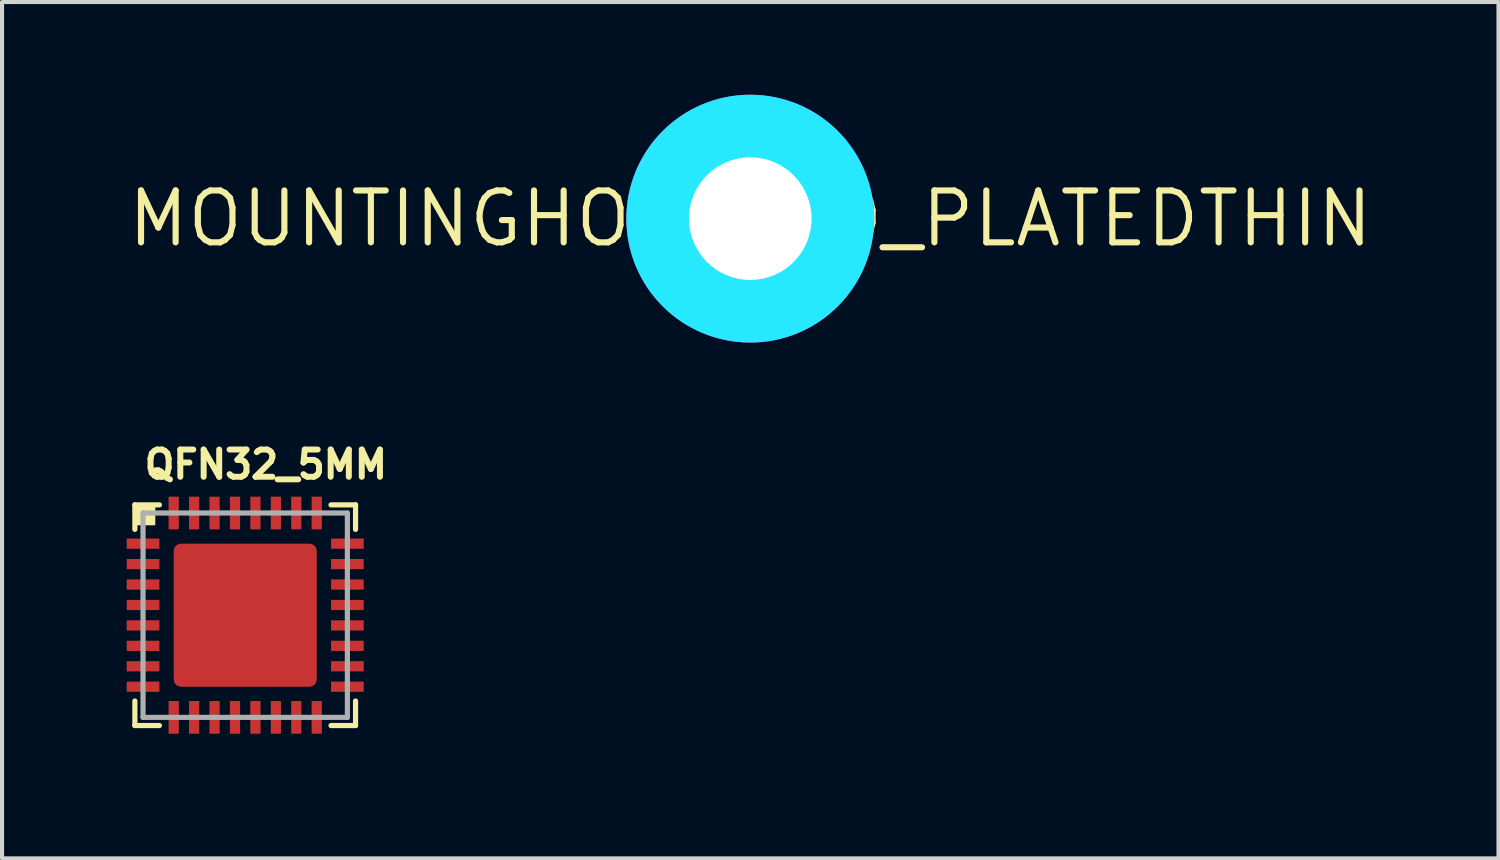
<source format=kicad_pcb>
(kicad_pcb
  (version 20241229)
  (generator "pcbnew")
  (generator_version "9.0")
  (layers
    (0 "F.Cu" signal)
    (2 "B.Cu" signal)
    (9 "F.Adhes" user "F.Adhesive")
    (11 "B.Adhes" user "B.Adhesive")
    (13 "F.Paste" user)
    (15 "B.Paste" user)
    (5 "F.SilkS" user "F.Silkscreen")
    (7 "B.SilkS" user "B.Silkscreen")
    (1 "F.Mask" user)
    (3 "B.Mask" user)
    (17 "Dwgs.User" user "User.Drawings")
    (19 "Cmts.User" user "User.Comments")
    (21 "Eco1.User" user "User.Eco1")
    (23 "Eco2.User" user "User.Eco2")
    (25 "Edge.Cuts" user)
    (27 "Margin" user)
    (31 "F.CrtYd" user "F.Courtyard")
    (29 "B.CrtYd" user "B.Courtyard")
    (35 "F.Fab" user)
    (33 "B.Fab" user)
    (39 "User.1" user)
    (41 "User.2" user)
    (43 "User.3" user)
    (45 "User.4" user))
  (footprint "QFN32_5MM"
    (layer "F.Cu")
    (at 2.95 12.003)
    (property "Reference" "QFN32_5MM" (at -2.54 -3.298 0) (layer "F.SilkS") (effects (font (size 0.666 0.666) (thickness 0.146)) (justify left bottom)))
    (fp_poly (pts (xy -2.95 -1.575) (xy -2.05 -1.575) (xy -2.05 -1.925) (xy -2.95 -1.925)) (stroke (width 0) (type default)) (fill yes) (layer "F.Mask"))
    (fp_poly (pts (xy -2.95 -1.075) (xy -2.05 -1.075) (xy -2.05 -1.425) (xy -2.95 -1.425)) (stroke (width 0) (type default)) (fill yes) (layer "F.Mask"))
    (fp_poly (pts (xy -2.95 -0.575) (xy -2.05 -0.575) (xy -2.05 -0.925) (xy -2.95 -0.925)) (stroke (width 0) (type default)) (fill yes) (layer "F.Mask"))
    (fp_poly (pts (xy -2.95 -0.075) (xy -2.05 -0.075) (xy -2.05 -0.425) (xy -2.95 -0.425)) (stroke (width 0) (type default)) (fill yes) (layer "F.Mask"))
    (fp_poly (pts (xy -2.95 0.425) (xy -2.05 0.425) (xy -2.05 0.075) (xy -2.95 0.075)) (stroke (width 0) (type default)) (fill yes) (layer "F.Mask"))
    (fp_poly (pts (xy -2.95 0.925) (xy -2.05 0.925) (xy -2.05 0.575) (xy -2.95 0.575)) (stroke (width 0) (type default)) (fill yes) (layer "F.Mask"))
    (fp_poly (pts (xy -2.95 1.425) (xy -2.05 1.425) (xy -2.05 1.075) (xy -2.95 1.075)) (stroke (width 0) (type default)) (fill yes) (layer "F.Mask"))
    (fp_poly (pts (xy -2.95 1.925) (xy -2.05 1.925) (xy -2.05 1.575) (xy -2.95 1.575)) (stroke (width 0) (type default)) (fill yes) (layer "F.Mask"))
    (fp_poly (pts (xy -1.925 -2.95) (xy -1.925 -2.05) (xy -1.575 -2.05) (xy -1.575 -2.95)) (stroke (width 0) (type default)) (fill yes) (layer "F.Mask"))
    (fp_poly (pts (xy -1.575 2.95) (xy -1.575 2.05) (xy -1.925 2.05) (xy -1.925 2.95)) (stroke (width 0) (type default)) (fill yes) (layer "F.Mask"))
    (fp_poly (pts (xy -1.425 -2.95) (xy -1.425 -2.05) (xy -1.075 -2.05) (xy -1.075 -2.95)) (stroke (width 0) (type default)) (fill yes) (layer "F.Mask"))
    (fp_poly (pts (xy -1.075 2.95) (xy -1.075 2.05) (xy -1.425 2.05) (xy -1.425 2.95)) (stroke (width 0) (type default)) (fill yes) (layer "F.Mask"))
    (fp_poly (pts (xy -0.925 -2.95) (xy -0.925 -2.05) (xy -0.575 -2.05) (xy -0.575 -2.95)) (stroke (width 0) (type default)) (fill yes) (layer "F.Mask"))
    (fp_poly (pts (xy -0.575 2.95) (xy -0.575 2.05) (xy -0.925 2.05) (xy -0.925 2.95)) (stroke (width 0) (type default)) (fill yes) (layer "F.Mask"))
    (fp_poly (pts (xy -0.425 -2.95) (xy -0.425 -2.05) (xy -0.075 -2.05) (xy -0.075 -2.95)) (stroke (width 0) (type default)) (fill yes) (layer "F.Mask"))
    (fp_poly (pts (xy -0.075 2.95) (xy -0.075 2.05) (xy -0.425 2.05) (xy -0.425 2.95)) (stroke (width 0) (type default)) (fill yes) (layer "F.Mask"))
    (fp_poly (pts (xy 0.075 -2.95) (xy 0.075 -2.05) (xy 0.425 -2.05) (xy 0.425 -2.95)) (stroke (width 0) (type default)) (fill yes) (layer "F.Mask"))
    (fp_poly (pts (xy 0.425 2.95) (xy 0.425 2.05) (xy 0.075 2.05) (xy 0.075 2.95)) (stroke (width 0) (type default)) (fill yes) (layer "F.Mask"))
    (fp_poly (pts (xy 0.575 -2.95) (xy 0.575 -2.05) (xy 0.925 -2.05) (xy 0.925 -2.95)) (stroke (width 0) (type default)) (fill yes) (layer "F.Mask"))
    (fp_poly (pts (xy 0.925 2.95) (xy 0.925 2.05) (xy 0.575 2.05) (xy 0.575 2.95)) (stroke (width 0) (type default)) (fill yes) (layer "F.Mask"))
    (fp_poly (pts (xy 1.075 -2.95) (xy 1.075 -2.05) (xy 1.425 -2.05) (xy 1.425 -2.95)) (stroke (width 0) (type default)) (fill yes) (layer "F.Mask"))
    (fp_poly (pts (xy 1.425 2.95) (xy 1.425 2.05) (xy 1.075 2.05) (xy 1.075 2.95)) (stroke (width 0) (type default)) (fill yes) (layer "F.Mask"))
    (fp_poly (pts (xy 1.575 -2.95) (xy 1.575 -2.05) (xy 1.925 -2.05) (xy 1.925 -2.95)) (stroke (width 0) (type default)) (fill yes) (layer "F.Mask"))
    (fp_poly (pts (xy 1.925 2.95) (xy 1.925 2.05) (xy 1.575 2.05) (xy 1.575 2.95)) (stroke (width 0) (type default)) (fill yes) (layer "F.Mask"))
    (fp_poly (pts (xy 2.95 -1.925) (xy 2.05 -1.925) (xy 2.05 -1.575) (xy 2.95 -1.575)) (stroke (width 0) (type default)) (fill yes) (layer "F.Mask"))
    (fp_poly (pts (xy 2.95 -1.425) (xy 2.05 -1.425) (xy 2.05 -1.075) (xy 2.95 -1.075)) (stroke (width 0) (type default)) (fill yes) (layer "F.Mask"))
    (fp_poly (pts (xy 2.95 -0.925) (xy 2.05 -0.925) (xy 2.05 -0.575) (xy 2.95 -0.575)) (stroke (width 0) (type default)) (fill yes) (layer "F.Mask"))
    (fp_poly (pts (xy 2.95 -0.425) (xy 2.05 -0.425) (xy 2.05 -0.075) (xy 2.95 -0.075)) (stroke (width 0) (type default)) (fill yes) (layer "F.Mask"))
    (fp_poly (pts (xy 2.95 0.075) (xy 2.05 0.075) (xy 2.05 0.425) (xy 2.95 0.425)) (stroke (width 0) (type default)) (fill yes) (layer "F.Mask"))
    (fp_poly (pts (xy 2.95 0.575) (xy 2.05 0.575) (xy 2.05 0.925) (xy 2.95 0.925)) (stroke (width 0) (type default)) (fill yes) (layer "F.Mask"))
    (fp_poly (pts (xy 2.95 1.075) (xy 2.05 1.075) (xy 2.05 1.425) (xy 2.95 1.425)) (stroke (width 0) (type default)) (fill yes) (layer "F.Mask"))
    (fp_poly (pts (xy 2.95 1.575) (xy 2.05 1.575) (xy 2.05 1.925) (xy 2.95 1.925)) (stroke (width 0) (type default)) (fill yes) (layer "F.Mask"))
    (fp_line (start -2.7 -2.7) (end -2.7 -2.1) (stroke (width 0.127) (type solid)) (layer "F.SilkS"))
    (fp_line (start -2.7 2.1) (end -2.7 2.7) (stroke (width 0.127) (type solid)) (layer "F.SilkS"))
    (fp_line (start -2.7 2.7) (end -2.1 2.7) (stroke (width 0.127) (type solid)) (layer "F.SilkS"))
    (fp_line (start -2.1 -2.7) (end -2.7 -2.7) (stroke (width 0.127) (type solid)) (layer "F.SilkS"))
    (fp_line (start 2.1 -2.7) (end 2.7 -2.7) (stroke (width 0.127) (type solid)) (layer "F.SilkS"))
    (fp_line (start 2.7 -2.7) (end 2.7 -2.1) (stroke (width 0.127) (type solid)) (layer "F.SilkS"))
    (fp_line (start 2.7 2.1) (end 2.7 2.7) (stroke (width 0.127) (type solid)) (layer "F.SilkS"))
    (fp_line (start 2.7 2.7) (end 2.1 2.7) (stroke (width 0.127) (type solid)) (layer "F.SilkS"))
    (fp_poly (pts (xy -2.7 -2.2) (xy -2.2 -2.2) (xy -2.2 -2.7) (xy -2.7 -2.7)) (stroke (width 0) (type default)) (fill yes) (layer "F.SilkS"))
    (fp_poly (pts (xy -1.5 -0.125) (xy -0.125 -0.125) (xy -0.125 -1.5) (xy -1.5 -1.5)) (stroke (width 0) (type default)) (fill yes) (layer "F.Paste"))
    (fp_poly (pts (xy -1.5 1.5) (xy -0.125 1.5) (xy -0.125 0.125) (xy -1.5 0.125)) (stroke (width 0) (type default)) (fill yes) (layer "F.Paste"))
    (fp_poly (pts (xy 0.125 -0.125) (xy 1.5 -0.125) (xy 1.5 -1.5) (xy 0.125 -1.5)) (stroke (width 0) (type default)) (fill yes) (layer "F.Paste"))
    (fp_poly (pts (xy 0.125 1.5) (xy 1.5 1.5) (xy 1.5 0.125) (xy 0.125 0.125)) (stroke (width 0) (type default)) (fill yes) (layer "F.Paste"))
    (fp_line (start -2.5 -2.5) (end 2.5 -2.5) (stroke (width 0.127) (type solid)) (layer "F.Fab"))
    (fp_line (start -2.5 2.5) (end -2.5 -2.5) (stroke (width 0.127) (type solid)) (layer "F.Fab"))
    (fp_line (start 2.5 -2.5) (end 2.5 2.5) (stroke (width 0.127) (type solid)) (layer "F.Fab"))
    (fp_line (start 2.5 2.5) (end -2.5 2.5) (stroke (width 0.127) (type solid)) (layer "F.Fab"))
    (pad "1" smd rect (at -2.5 -1.75 90) (size 0.25 0.8) (layers "F.Cu" "F.Paste"))
    (pad "2" smd rect (at -2.5 -1.25 90) (size 0.25 0.8) (layers "F.Cu" "F.Paste"))
    (pad "3" smd rect (at -2.5 -0.75 90) (size 0.25 0.8) (layers "F.Cu" "F.Paste"))
    (pad "4" smd rect (at -2.5 -0.25 90) (size 0.25 0.8) (layers "F.Cu" "F.Paste"))
    (pad "5" smd rect (at -2.5 0.25 90) (size 0.25 0.8) (layers "F.Cu" "F.Paste"))
    (pad "6" smd rect (at -2.5 0.75 90) (size 0.25 0.8) (layers "F.Cu" "F.Paste"))
    (pad "7" smd rect (at -2.5 1.25 90) (size 0.25 0.8) (layers "F.Cu" "F.Paste"))
    (pad "8" smd rect (at -2.5 1.75 90) (size 0.25 0.8) (layers "F.Cu" "F.Paste"))
    (pad "9" smd rect (at -1.75 2.5 180) (size 0.25 0.8) (layers "F.Cu" "F.Paste"))
    (pad "10" smd rect (at -1.25 2.5 180) (size 0.25 0.8) (layers "F.Cu" "F.Paste"))
    (pad "11" smd rect (at -0.75 2.5 180) (size 0.25 0.8) (layers "F.Cu" "F.Paste"))
    (pad "12" smd rect (at -0.25 2.5 180) (size 0.25 0.8) (layers "F.Cu" "F.Paste"))
    (pad "13" smd rect (at 0.25 2.5 180) (size 0.25 0.8) (layers "F.Cu" "F.Paste"))
    (pad "14" smd rect (at 0.75 2.5 180) (size 0.25 0.8) (layers "F.Cu" "F.Paste"))
    (pad "15" smd rect (at 1.25 2.5 180) (size 0.25 0.8) (layers "F.Cu" "F.Paste"))
    (pad "16" smd rect (at 1.75 2.5 180) (size 0.25 0.8) (layers "F.Cu" "F.Paste"))
    (pad "17" smd rect (at 2.5 1.75 270) (size 0.25 0.8) (layers "F.Cu" "F.Paste"))
    (pad "18" smd rect (at 2.5 1.25 270) (size 0.25 0.8) (layers "F.Cu" "F.Paste"))
    (pad "19" smd rect (at 2.5 0.75 270) (size 0.25 0.8) (layers "F.Cu" "F.Paste"))
    (pad "20" smd rect (at 2.5 0.25 270) (size 0.25 0.8) (layers "F.Cu" "F.Paste"))
    (pad "21" smd rect (at 2.5 -0.25 270) (size 0.25 0.8) (layers "F.Cu" "F.Paste"))
    (pad "22" smd rect (at 2.5 -0.75 270) (size 0.25 0.8) (layers "F.Cu" "F.Paste"))
    (pad "23" smd rect (at 2.5 -1.25 270) (size 0.25 0.8) (layers "F.Cu" "F.Paste"))
    (pad "24" smd rect (at 2.5 -1.75 270) (size 0.25 0.8) (layers "F.Cu" "F.Paste"))
    (pad "25" smd rect (at 1.75 -2.5) (size 0.25 0.8) (layers "F.Cu" "F.Paste"))
    (pad "26" smd rect (at 1.25 -2.5) (size 0.25 0.8) (layers "F.Cu" "F.Paste"))
    (pad "27" smd rect (at 0.75 -2.5) (size 0.25 0.8) (layers "F.Cu" "F.Paste"))
    (pad "28" smd rect (at 0.25 -2.5) (size 0.25 0.8) (layers "F.Cu" "F.Paste"))
    (pad "29" smd rect (at -0.25 -2.5) (size 0.25 0.8) (layers "F.Cu" "F.Paste"))
    (pad "30" smd rect (at -0.75 -2.5) (size 0.25 0.8) (layers "F.Cu" "F.Paste"))
    (pad "31" smd rect (at -1.25 -2.5) (size 0.25 0.8) (layers "F.Cu" "F.Paste"))
    (pad "32" smd rect (at -1.75 -2.5) (size 0.25 0.8) (layers "F.Cu" "F.Paste"))
    (pad "33" smd roundrect (at 0 0) (size 3.5 3.5) (layers "F.Cu" "F.Mask") (roundrect_rratio 0.05)))
  (footprint "MOUNTINGHOLE_3.0_PLATEDTHIN"
    (layer "F.Cu")
    (at 15.308 2.3)
    (property "Reference" "MOUNTINGHOLE_3.0_PLATEDTHIN" (at 0 0 0) (layer "F.SilkS") (effects (font (size 1.27 1.27) (thickness 0.15))))
    (fp_circle (center 0 0) (end 2.2 0) (stroke (width 0.2) (type solid)) (fill no) (layer "F.SilkS"))
    (fp_circle (center 0 0) (end 1 0) (stroke (width 2.032) (type solid)) (fill no) (layer "B.CrtYd"))
    (fp_circle (center 0 0) (end 1 0) (stroke (width 2.032) (type solid)) (fill no) (layer "F.CrtYd"))
    (pad "P$1" thru_hole circle (at 0 0) (size 3.6 3.6) (drill 3) (layers "*.Cu" "*.Mask"))
    (zone (net_name "") (layer "F.Cu") (hatch edge 0.5) (connect_pads) (min_thickness 0.25) (filled_areas_thickness no) (keepout (tracks not_allowed) (vias not_allowed) (pads not_allowed) (copperpour not_allowed) (footprints allowed)) (placement (enabled no)) (fill) (polygon (pts (xy 17.324 2.3) (xy 17.304 2.019) (xy 17.246 1.744) (xy 17.149 1.48) (xy 17.017 1.232) (xy 16.852 1.004) (xy 16.657 0.802) (xy 16.435 0.629) (xy 16.192 0.488) (xy 15.931 0.383) (xy 15.658 0.315) (xy 15.378 0.285) (xy 15.097 0.295) (xy 14.82 0.344) (xy 14.553 0.431) (xy 14.3 0.554) (xy 14.067 0.711) (xy 13.858 0.9) (xy 13.677 1.115) (xy 13.528 1.354) (xy 13.413 1.61) (xy 13.336 1.881) (xy 13.297 2.159) (xy 13.297 2.441) (xy 13.336 2.719) (xy 13.413 2.99) (xy 13.528 3.246) (xy 13.677 3.485) (xy 13.858 3.7) (xy 14.067 3.889) (xy 14.3 4.046) (xy 14.553 4.169) (xy 14.82 4.256) (xy 15.097 4.305) (xy 15.378 4.315) (xy 15.658 4.285) (xy 15.931 4.217) (xy 16.192 4.112) (xy 16.435 3.971) (xy 16.657 3.798) (xy 16.852 3.596) (xy 17.017 3.368) (xy 17.149 3.12) (xy 17.246 2.856) (xy 17.304 2.581))) (polygon (pts (xy 15.292 2.3) (xy 15.296 2.311) (xy 15.308 2.316) (xy 15.319 2.311) (xy 15.324 2.3) (xy 15.319 2.289) (xy 15.308 2.284) (xy 15.296 2.289))))
    (zone (net_name "") (layers "F.Cu" "B.Cu") (hatch edge 0.5) (connect_pads) (min_thickness 0.25) (filled_areas_thickness no) (keepout (tracks allowed) (vias not_allowed) (pads allowed) (copperpour allowed) (footprints allowed)) (placement (enabled no)) (fill) (polygon (pts (xy 17.324 2.3) (xy 17.304 2.019) (xy 17.246 1.744) (xy 17.149 1.48) (xy 17.017 1.232) (xy 16.852 1.004) (xy 16.657 0.802) (xy 16.435 0.629) (xy 16.192 0.488) (xy 15.931 0.383) (xy 15.658 0.315) (xy 15.378 0.285) (xy 15.097 0.295) (xy 14.82 0.344) (xy 14.553 0.431) (xy 14.3 0.554) (xy 14.067 0.711) (xy 13.858 0.9) (xy 13.677 1.115) (xy 13.528 1.354) (xy 13.413 1.61) (xy 13.336 1.881) (xy 13.297 2.159) (xy 13.297 2.441) (xy 13.336 2.719) (xy 13.413 2.99) (xy 13.528 3.246) (xy 13.677 3.485) (xy 13.858 3.7) (xy 14.067 3.889) (xy 14.3 4.046) (xy 14.553 4.169) (xy 14.82 4.256) (xy 15.097 4.305) (xy 15.378 4.315) (xy 15.658 4.285) (xy 15.931 4.217) (xy 16.192 4.112) (xy 16.435 3.971) (xy 16.657 3.798) (xy 16.852 3.596) (xy 17.017 3.368) (xy 17.149 3.12) (xy 17.246 2.856) (xy 17.304 2.581))) (polygon (pts (xy 15.292 2.3) (xy 15.296 2.311) (xy 15.308 2.316) (xy 15.319 2.311) (xy 15.324 2.3) (xy 15.319 2.289) (xy 15.308 2.284) (xy 15.296 2.289))))
    (zone (net_name "") (layer "B.Cu") (hatch edge 0.5) (connect_pads) (min_thickness 0.25) (filled_areas_thickness no) (keepout (tracks not_allowed) (vias not_allowed) (pads not_allowed) (copperpour not_allowed) (footprints allowed)) (placement (enabled no)) (fill) (polygon (pts (xy 17.324 2.3) (xy 17.304 2.019) (xy 17.246 1.744) (xy 17.149 1.48) (xy 17.017 1.232) (xy 16.852 1.004) (xy 16.657 0.802) (xy 16.435 0.629) (xy 16.192 0.488) (xy 15.931 0.383) (xy 15.658 0.315) (xy 15.378 0.285) (xy 15.097 0.295) (xy 14.82 0.344) (xy 14.553 0.431) (xy 14.3 0.554) (xy 14.067 0.711) (xy 13.858 0.9) (xy 13.677 1.115) (xy 13.528 1.354) (xy 13.413 1.61) (xy 13.336 1.881) (xy 13.297 2.159) (xy 13.297 2.441) (xy 13.336 2.719) (xy 13.413 2.99) (xy 13.528 3.246) (xy 13.677 3.485) (xy 13.858 3.7) (xy 14.067 3.889) (xy 14.3 4.046) (xy 14.553 4.169) (xy 14.82 4.256) (xy 15.097 4.305) (xy 15.378 4.315) (xy 15.658 4.285) (xy 15.931 4.217) (xy 16.192 4.112) (xy 16.435 3.971) (xy 16.657 3.798) (xy 16.852 3.596) (xy 17.017 3.368) (xy 17.149 3.12) (xy 17.246 2.856) (xy 17.304 2.581))) (polygon (pts (xy 15.292 2.3) (xy 15.296 2.311) (xy 15.308 2.316) (xy 15.319 2.311) (xy 15.324 2.3) (xy 15.319 2.289) (xy 15.308 2.284) (xy 15.296 2.289)))))
  (gr_rect
    (start -3 -3)
    (end 33.616 17.953)
    (stroke (width 0.1) (type default))
    (fill no)
    (layer "Edge.Cuts")))
</source>
